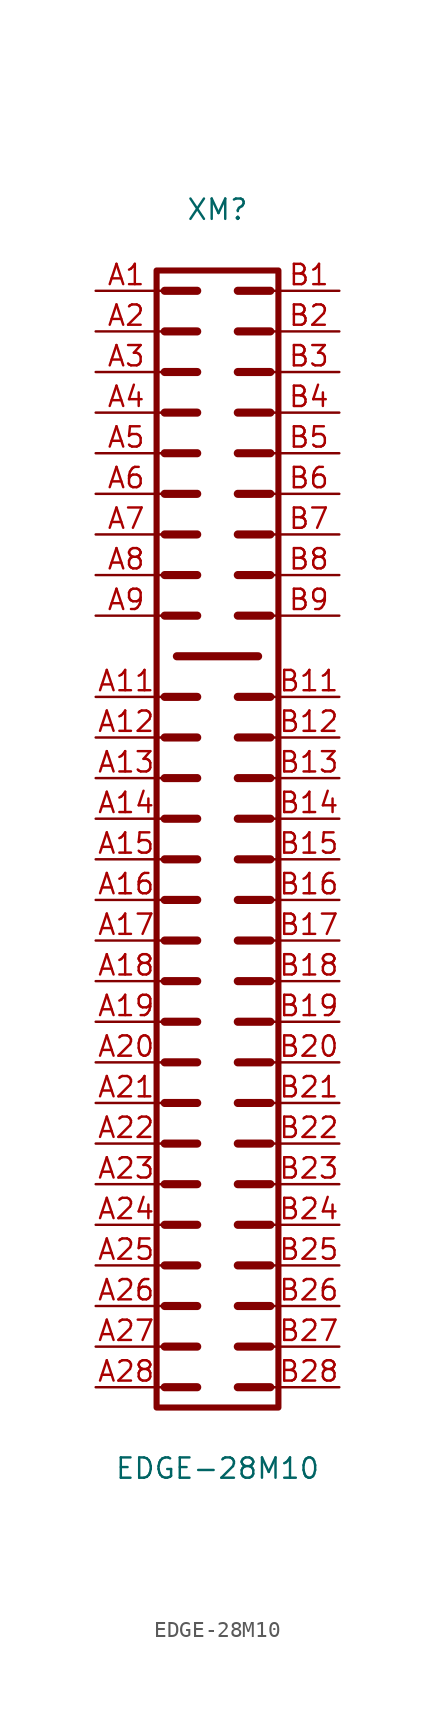
<source format=kicad_sym>
(kicad_symbol_lib
  (version 20231120)
  (generator "kicad_symbol_editor")
  (generator_version "8.0")
  (symbol "EDGE-28M10"
    (pin_names
      (offset 1.016))
    (property "Reference" "XM"
      (at 0 39.37 0)
      (effects (font (size 1.27 1.27))))
    (property "Value" "EDGE-28M10"
      (at 0 -39.37 0)
      (effects (font (size 1.27 1.27))))
    (symbol "EDGE-28M10_0_0"
      (polyline (pts (xy -2.54 11.43) (xy 2.54 11.43)) (stroke (width 0.508) (type default)) (fill (type none))))
    (symbol "EDGE-28M10_0_1"
      (rectangle (start -3.81 35.56) (end 3.81 -35.56) (stroke (width 0.381) (type default)) (fill (type none)))
      (polyline (pts (xy -3.81 -34.29) (xy -3.302 -34.29)) (stroke (width 0) (type default)) (fill (type none)))
      (polyline (pts (xy -3.81 -31.75) (xy -3.302 -31.75)) (stroke (width 0) (type default)) (fill (type none)))
      (polyline (pts (xy -3.81 -29.21) (xy -3.302 -29.21)) (stroke (width 0) (type default)) (fill (type none)))
      (polyline (pts (xy -3.81 -26.67) (xy -3.302 -26.67)) (stroke (width 0) (type default)) (fill (type none)))
      (polyline (pts (xy -3.81 -24.13) (xy -3.302 -24.13)) (stroke (width 0) (type default)) (fill (type none)))
      (polyline (pts (xy -3.81 -21.59) (xy -3.302 -21.59)) (stroke (width 0) (type default)) (fill (type none)))
      (polyline (pts (xy -3.81 -19.05) (xy -3.302 -19.05)) (stroke (width 0) (type default)) (fill (type none)))
      (polyline (pts (xy -3.81 -16.51) (xy -3.302 -16.51)) (stroke (width 0) (type default)) (fill (type none)))
      (polyline (pts (xy -3.81 -13.97) (xy -3.302 -13.97)) (stroke (width 0) (type default)) (fill (type none)))
      (polyline (pts (xy -3.81 -11.43) (xy -3.302 -11.43)) (stroke (width 0) (type default)) (fill (type none)))
      (polyline (pts (xy -3.81 -8.89) (xy -3.302 -8.89)) (stroke (width 0) (type default)) (fill (type none)))
      (polyline (pts (xy -3.81 -6.35) (xy -3.302 -6.35)) (stroke (width 0) (type default)) (fill (type none)))
      (polyline (pts (xy -3.81 -3.81) (xy -3.302 -3.81)) (stroke (width 0) (type default)) (fill (type none)))
      (polyline (pts (xy -3.81 -1.27) (xy -3.302 -1.27)) (stroke (width 0) (type default)) (fill (type none)))
      (polyline (pts (xy -3.81 1.27) (xy -3.302 1.27)) (stroke (width 0) (type default)) (fill (type none)))
      (polyline (pts (xy -3.81 3.81) (xy -3.302 3.81)) (stroke (width 0) (type default)) (fill (type none)))
      (polyline (pts (xy -3.81 6.35) (xy -3.302 6.35)) (stroke (width 0) (type default)) (fill (type none)))
      (polyline (pts (xy -3.81 8.89) (xy -3.302 8.89)) (stroke (width 0) (type default)) (fill (type none)))
      (polyline (pts (xy -3.81 13.97) (xy -3.302 13.97)) (stroke (width 0) (type default)) (fill (type none)))
      (polyline (pts (xy -3.81 16.51) (xy -3.302 16.51)) (stroke (width 0) (type default)) (fill (type none)))
      (polyline (pts (xy -3.81 19.05) (xy -3.302 19.05)) (stroke (width 0) (type default)) (fill (type none)))
      (polyline (pts (xy -3.81 21.59) (xy -3.302 21.59)) (stroke (width 0) (type default)) (fill (type none)))
      (polyline (pts (xy -3.81 24.13) (xy -3.302 24.13)) (stroke (width 0) (type default)) (fill (type none)))
      (polyline (pts (xy -3.81 26.67) (xy -3.302 26.67)) (stroke (width 0) (type default)) (fill (type none)))
      (polyline (pts (xy -3.81 29.21) (xy -3.302 29.21)) (stroke (width 0) (type default)) (fill (type none)))
      (polyline (pts (xy -3.81 31.75) (xy -3.302 31.75)) (stroke (width 0) (type default)) (fill (type none)))
      (polyline (pts (xy -3.81 34.29) (xy -3.302 34.29)) (stroke (width 0) (type default)) (fill (type none)))
      (polyline (pts (xy -3.302 -34.29) (xy -1.27 -34.29)) (stroke (width 0.508) (type default)) (fill (type none)))
      (polyline (pts (xy -3.302 -31.75) (xy -1.27 -31.75)) (stroke (width 0.508) (type default)) (fill (type none)))
      (polyline (pts (xy -3.302 -29.21) (xy -1.27 -29.21)) (stroke (width 0.508) (type default)) (fill (type none)))
      (polyline (pts (xy -3.302 -26.67) (xy -1.27 -26.67)) (stroke (width 0.508) (type default)) (fill (type none)))
      (polyline (pts (xy -3.302 -24.13) (xy -1.27 -24.13)) (stroke (width 0.508) (type default)) (fill (type none)))
      (polyline (pts (xy -3.302 -21.59) (xy -1.27 -21.59)) (stroke (width 0.508) (type default)) (fill (type none)))
      (polyline (pts (xy -3.302 -19.05) (xy -1.27 -19.05)) (stroke (width 0.508) (type default)) (fill (type none)))
      (polyline (pts (xy -3.302 -16.51) (xy -1.27 -16.51)) (stroke (width 0.508) (type default)) (fill (type none)))
      (polyline (pts (xy -3.302 -13.97) (xy -1.27 -13.97)) (stroke (width 0.508) (type default)) (fill (type none)))
      (polyline (pts (xy -3.302 -11.43) (xy -1.27 -11.43)) (stroke (width 0.508) (type default)) (fill (type none)))
      (polyline (pts (xy -3.302 -8.89) (xy -1.27 -8.89)) (stroke (width 0.508) (type default)) (fill (type none)))
      (polyline (pts (xy -3.302 -6.35) (xy -1.27 -6.35)) (stroke (width 0.508) (type default)) (fill (type none)))
      (polyline (pts (xy -3.302 -3.81) (xy -1.27 -3.81)) (stroke (width 0.508) (type default)) (fill (type none)))
      (polyline (pts (xy -3.302 -1.27) (xy -1.27 -1.27)) (stroke (width 0.508) (type default)) (fill (type none)))
      (polyline (pts (xy -3.302 1.27) (xy -1.27 1.27)) (stroke (width 0.508) (type default)) (fill (type none)))
      (polyline (pts (xy -3.302 3.81) (xy -1.27 3.81)) (stroke (width 0.508) (type default)) (fill (type none)))
      (polyline (pts (xy -3.302 6.35) (xy -1.27 6.35)) (stroke (width 0.508) (type default)) (fill (type none)))
      (polyline (pts (xy -3.302 8.89) (xy -1.27 8.89)) (stroke (width 0.508) (type default)) (fill (type none)))
      (polyline (pts (xy -3.302 13.97) (xy -1.27 13.97)) (stroke (width 0.508) (type default)) (fill (type none)))
      (polyline (pts (xy -3.302 16.51) (xy -1.27 16.51)) (stroke (width 0.508) (type default)) (fill (type none)))
      (polyline (pts (xy -3.302 19.05) (xy -1.27 19.05)) (stroke (width 0.508) (type default)) (fill (type none)))
      (polyline (pts (xy -3.302 21.59) (xy -1.27 21.59)) (stroke (width 0.508) (type default)) (fill (type none)))
      (polyline (pts (xy -3.302 24.13) (xy -1.27 24.13)) (stroke (width 0.508) (type default)) (fill (type none)))
      (polyline (pts (xy -3.302 26.67) (xy -1.27 26.67)) (stroke (width 0.508) (type default)) (fill (type none)))
      (polyline (pts (xy -3.302 29.21) (xy -1.27 29.21)) (stroke (width 0.508) (type default)) (fill (type none)))
      (polyline (pts (xy -3.302 31.75) (xy -1.27 31.75)) (stroke (width 0.508) (type default)) (fill (type none)))
      (polyline (pts (xy -3.302 34.29) (xy -1.27 34.29)) (stroke (width 0.508) (type default)) (fill (type none)))
      (polyline (pts (xy 3.302 -34.29) (xy 1.27 -34.29)) (stroke (width 0.508) (type default)) (fill (type none)))
      (polyline (pts (xy 3.302 -31.75) (xy 1.27 -31.75)) (stroke (width 0.508) (type default)) (fill (type none)))
      (polyline (pts (xy 3.302 -29.21) (xy 1.27 -29.21)) (stroke (width 0.508) (type default)) (fill (type none)))
      (polyline (pts (xy 3.302 -26.67) (xy 1.27 -26.67)) (stroke (width 0.508) (type default)) (fill (type none)))
      (polyline (pts (xy 3.302 -24.13) (xy 1.27 -24.13)) (stroke (width 0.508) (type default)) (fill (type none)))
      (polyline (pts (xy 3.302 -21.59) (xy 1.27 -21.59)) (stroke (width 0.508) (type default)) (fill (type none)))
      (polyline (pts (xy 3.302 -19.05) (xy 1.27 -19.05)) (stroke (width 0.508) (type default)) (fill (type none)))
      (polyline (pts (xy 3.302 -16.51) (xy 1.27 -16.51)) (stroke (width 0.508) (type default)) (fill (type none)))
      (polyline (pts (xy 3.302 -13.97) (xy 1.27 -13.97)) (stroke (width 0.508) (type default)) (fill (type none)))
      (polyline (pts (xy 3.302 -11.43) (xy 1.27 -11.43)) (stroke (width 0.508) (type default)) (fill (type none)))
      (polyline (pts (xy 3.302 -8.89) (xy 1.27 -8.89)) (stroke (width 0.508) (type default)) (fill (type none)))
      (polyline (pts (xy 3.302 -6.35) (xy 1.27 -6.35)) (stroke (width 0.508) (type default)) (fill (type none)))
      (polyline (pts (xy 3.302 -3.81) (xy 1.27 -3.81)) (stroke (width 0.508) (type default)) (fill (type none)))
      (polyline (pts (xy 3.302 -1.27) (xy 1.27 -1.27)) (stroke (width 0.508) (type default)) (fill (type none)))
      (polyline (pts (xy 3.302 1.27) (xy 1.27 1.27)) (stroke (width 0.508) (type default)) (fill (type none)))
      (polyline (pts (xy 3.302 3.81) (xy 1.27 3.81)) (stroke (width 0.508) (type default)) (fill (type none)))
      (polyline (pts (xy 3.302 6.35) (xy 1.27 6.35)) (stroke (width 0.508) (type default)) (fill (type none)))
      (polyline (pts (xy 3.302 8.89) (xy 1.27 8.89)) (stroke (width 0.508) (type default)) (fill (type none)))
      (polyline (pts (xy 3.302 13.97) (xy 1.27 13.97)) (stroke (width 0.508) (type default)) (fill (type none)))
      (polyline (pts (xy 3.302 16.51) (xy 1.27 16.51)) (stroke (width 0.508) (type default)) (fill (type none)))
      (polyline (pts (xy 3.302 19.05) (xy 1.27 19.05)) (stroke (width 0.508) (type default)) (fill (type none)))
      (polyline (pts (xy 3.302 21.59) (xy 1.27 21.59)) (stroke (width 0.508) (type default)) (fill (type none)))
      (polyline (pts (xy 3.302 24.13) (xy 1.27 24.13)) (stroke (width 0.508) (type default)) (fill (type none)))
      (polyline (pts (xy 3.302 26.67) (xy 1.27 26.67)) (stroke (width 0.508) (type default)) (fill (type none)))
      (polyline (pts (xy 3.302 29.21) (xy 1.27 29.21)) (stroke (width 0.508) (type default)) (fill (type none)))
      (polyline (pts (xy 3.302 31.75) (xy 1.27 31.75)) (stroke (width 0.508) (type default)) (fill (type none)))
      (polyline (pts (xy 3.302 34.29) (xy 1.27 34.29)) (stroke (width 0.508) (type default)) (fill (type none)))
      (polyline (pts (xy 3.81 -34.29) (xy 3.302 -34.29)) (stroke (width 0) (type default)) (fill (type none)))
      (polyline (pts (xy 3.81 -31.75) (xy 3.302 -31.75)) (stroke (width 0) (type default)) (fill (type none)))
      (polyline (pts (xy 3.81 -29.21) (xy 3.302 -29.21)) (stroke (width 0) (type default)) (fill (type none)))
      (polyline (pts (xy 3.81 -26.67) (xy 3.302 -26.67)) (stroke (width 0) (type default)) (fill (type none)))
      (polyline (pts (xy 3.81 -24.13) (xy 3.302 -24.13)) (stroke (width 0) (type default)) (fill (type none)))
      (polyline (pts (xy 3.81 -21.59) (xy 3.302 -21.59)) (stroke (width 0) (type default)) (fill (type none)))
      (polyline (pts (xy 3.81 -19.05) (xy 3.302 -19.05)) (stroke (width 0) (type default)) (fill (type none)))
      (polyline (pts (xy 3.81 -16.51) (xy 3.302 -16.51)) (stroke (width 0) (type default)) (fill (type none)))
      (polyline (pts (xy 3.81 -13.97) (xy 3.302 -13.97)) (stroke (width 0) (type default)) (fill (type none)))
      (polyline (pts (xy 3.81 -11.43) (xy 3.302 -11.43)) (stroke (width 0) (type default)) (fill (type none)))
      (polyline (pts (xy 3.81 -8.89) (xy 3.302 -8.89)) (stroke (width 0) (type default)) (fill (type none)))
      (polyline (pts (xy 3.81 -6.35) (xy 3.302 -6.35)) (stroke (width 0) (type default)) (fill (type none)))
      (polyline (pts (xy 3.81 -3.81) (xy 3.302 -3.81)) (stroke (width 0) (type default)) (fill (type none)))
      (polyline (pts (xy 3.81 -1.27) (xy 3.302 -1.27)) (stroke (width 0) (type default)) (fill (type none)))
      (polyline (pts (xy 3.81 1.27) (xy 3.302 1.27)) (stroke (width 0) (type default)) (fill (type none)))
      (polyline (pts (xy 3.81 3.81) (xy 3.302 3.81)) (stroke (width 0) (type default)) (fill (type none)))
      (polyline (pts (xy 3.81 6.35) (xy 3.302 6.35)) (stroke (width 0) (type default)) (fill (type none)))
      (polyline (pts (xy 3.81 8.89) (xy 3.302 8.89)) (stroke (width 0) (type default)) (fill (type none)))
      (polyline (pts (xy 3.81 13.97) (xy 3.302 13.97)) (stroke (width 0) (type default)) (fill (type none)))
      (polyline (pts (xy 3.81 16.51) (xy 3.302 16.51)) (stroke (width 0) (type default)) (fill (type none)))
      (polyline (pts (xy 3.81 19.05) (xy 3.302 19.05)) (stroke (width 0) (type default)) (fill (type none)))
      (polyline (pts (xy 3.81 21.59) (xy 3.302 21.59)) (stroke (width 0) (type default)) (fill (type none)))
      (polyline (pts (xy 3.81 24.13) (xy 3.302 24.13)) (stroke (width 0) (type default)) (fill (type none)))
      (polyline (pts (xy 3.81 26.67) (xy 3.302 26.67)) (stroke (width 0) (type default)) (fill (type none)))
      (polyline (pts (xy 3.81 29.21) (xy 3.302 29.21)) (stroke (width 0) (type default)) (fill (type none)))
      (polyline (pts (xy 3.81 31.75) (xy 3.302 31.75)) (stroke (width 0) (type default)) (fill (type none)))
      (polyline (pts (xy 3.81 34.29) (xy 3.302 34.29)) (stroke (width 0) (type default)) (fill (type none))))
    (symbol "EDGE-28M10_1_1"
      (pin passive line (at -7.62 34.29 0) (length 3.81) (name "~" (effects (font (size 1.27 1.27)))) (number "A1" (effects (font (size 1.27 1.27)))))
      (pin passive line (at -7.62 8.89 0) (length 3.81) (name "~" (effects (font (size 1.27 1.27)))) (number "A11" (effects (font (size 1.27 1.27)))))
      (pin passive line (at -7.62 6.35 0) (length 3.81) (name "~" (effects (font (size 1.27 1.27)))) (number "A12" (effects (font (size 1.27 1.27)))))
      (pin passive line (at -7.62 3.81 0) (length 3.81) (name "~" (effects (font (size 1.27 1.27)))) (number "A13" (effects (font (size 1.27 1.27)))))
      (pin passive line (at -7.62 1.27 0) (length 3.81) (name "~" (effects (font (size 1.27 1.27)))) (number "A14" (effects (font (size 1.27 1.27)))))
      (pin passive line (at -7.62 -1.27 0) (length 3.81) (name "~" (effects (font (size 1.27 1.27)))) (number "A15" (effects (font (size 1.27 1.27)))))
      (pin passive line (at -7.62 -3.81 0) (length 3.81) (name "~" (effects (font (size 1.27 1.27)))) (number "A16" (effects (font (size 1.27 1.27)))))
      (pin passive line (at -7.62 -6.35 0) (length 3.81) (name "~" (effects (font (size 1.27 1.27)))) (number "A17" (effects (font (size 1.27 1.27)))))
      (pin passive line (at -7.62 -8.89 0) (length 3.81) (name "~" (effects (font (size 1.27 1.27)))) (number "A18" (effects (font (size 1.27 1.27)))))
      (pin passive line (at -7.62 -11.43 0) (length 3.81) (name "~" (effects (font (size 1.27 1.27)))) (number "A19" (effects (font (size 1.27 1.27)))))
      (pin passive line (at -7.62 31.75 0) (length 3.81) (name "~" (effects (font (size 1.27 1.27)))) (number "A2" (effects (font (size 1.27 1.27)))))
      (pin passive line (at -7.62 -13.97 0) (length 3.81) (name "~" (effects (font (size 1.27 1.27)))) (number "A20" (effects (font (size 1.27 1.27)))))
      (pin passive line (at -7.62 -16.51 0) (length 3.81) (name "~" (effects (font (size 1.27 1.27)))) (number "A21" (effects (font (size 1.27 1.27)))))
      (pin passive line (at -7.62 -19.05 0) (length 3.81) (name "~" (effects (font (size 1.27 1.27)))) (number "A22" (effects (font (size 1.27 1.27)))))
      (pin passive line (at -7.62 -21.59 0) (length 3.81) (name "~" (effects (font (size 1.27 1.27)))) (number "A23" (effects (font (size 1.27 1.27)))))
      (pin passive line (at -7.62 -24.13 0) (length 3.81) (name "~" (effects (font (size 1.27 1.27)))) (number "A24" (effects (font (size 1.27 1.27)))))
      (pin passive line (at -7.62 -26.67 0) (length 3.81) (name "~" (effects (font (size 1.27 1.27)))) (number "A25" (effects (font (size 1.27 1.27)))))
      (pin passive line (at -7.62 -29.21 0) (length 3.81) (name "~" (effects (font (size 1.27 1.27)))) (number "A26" (effects (font (size 1.27 1.27)))))
      (pin passive line (at -7.62 -31.75 0) (length 3.81) (name "~" (effects (font (size 1.27 1.27)))) (number "A27" (effects (font (size 1.27 1.27)))))
      (pin passive line (at -7.62 -34.29 0) (length 3.81) (name "~" (effects (font (size 1.27 1.27)))) (number "A28" (effects (font (size 1.27 1.27)))))
      (pin passive line (at -7.62 29.21 0) (length 3.81) (name "~" (effects (font (size 1.27 1.27)))) (number "A3" (effects (font (size 1.27 1.27)))))
      (pin passive line (at -7.62 26.67 0) (length 3.81) (name "~" (effects (font (size 1.27 1.27)))) (number "A4" (effects (font (size 1.27 1.27)))))
      (pin passive line (at -7.62 24.13 0) (length 3.81) (name "~" (effects (font (size 1.27 1.27)))) (number "A5" (effects (font (size 1.27 1.27)))))
      (pin passive line (at -7.62 21.59 0) (length 3.81) (name "~" (effects (font (size 1.27 1.27)))) (number "A6" (effects (font (size 1.27 1.27)))))
      (pin passive line (at -7.62 19.05 0) (length 3.81) (name "~" (effects (font (size 1.27 1.27)))) (number "A7" (effects (font (size 1.27 1.27)))))
      (pin passive line (at -7.62 16.51 0) (length 3.81) (name "~" (effects (font (size 1.27 1.27)))) (number "A8" (effects (font (size 1.27 1.27)))))
      (pin passive line (at -7.62 13.97 0) (length 3.81) (name "~" (effects (font (size 1.27 1.27)))) (number "A9" (effects (font (size 1.27 1.27)))))
      (pin passive line (at 7.62 34.29 180) (length 3.81) (name "~" (effects (font (size 1.27 1.27)))) (number "B1" (effects (font (size 1.27 1.27)))))
      (pin passive line (at 7.62 8.89 180) (length 3.81) (name "~" (effects (font (size 1.27 1.27)))) (number "B11" (effects (font (size 1.27 1.27)))))
      (pin passive line (at 7.62 6.35 180) (length 3.81) (name "~" (effects (font (size 1.27 1.27)))) (number "B12" (effects (font (size 1.27 1.27)))))
      (pin passive line (at 7.62 3.81 180) (length 3.81) (name "~" (effects (font (size 1.27 1.27)))) (number "B13" (effects (font (size 1.27 1.27)))))
      (pin passive line (at 7.62 1.27 180) (length 3.81) (name "~" (effects (font (size 1.27 1.27)))) (number "B14" (effects (font (size 1.27 1.27)))))
      (pin passive line (at 7.62 -1.27 180) (length 3.81) (name "~" (effects (font (size 1.27 1.27)))) (number "B15" (effects (font (size 1.27 1.27)))))
      (pin passive line (at 7.62 -3.81 180) (length 3.81) (name "~" (effects (font (size 1.27 1.27)))) (number "B16" (effects (font (size 1.27 1.27)))))
      (pin passive line (at 7.62 -6.35 180) (length 3.81) (name "~" (effects (font (size 1.27 1.27)))) (number "B17" (effects (font (size 1.27 1.27)))))
      (pin passive line (at 7.62 -8.89 180) (length 3.81) (name "~" (effects (font (size 1.27 1.27)))) (number "B18" (effects (font (size 1.27 1.27)))))
      (pin passive line (at 7.62 -11.43 180) (length 3.81) (name "~" (effects (font (size 1.27 1.27)))) (number "B19" (effects (font (size 1.27 1.27)))))
      (pin passive line (at 7.62 31.75 180) (length 3.81) (name "~" (effects (font (size 1.27 1.27)))) (number "B2" (effects (font (size 1.27 1.27)))))
      (pin passive line (at 7.62 -13.97 180) (length 3.81) (name "~" (effects (font (size 1.27 1.27)))) (number "B20" (effects (font (size 1.27 1.27)))))
      (pin passive line (at 7.62 -16.51 180) (length 3.81) (name "~" (effects (font (size 1.27 1.27)))) (number "B21" (effects (font (size 1.27 1.27)))))
      (pin passive line (at 7.62 -19.05 180) (length 3.81) (name "~" (effects (font (size 1.27 1.27)))) (number "B22" (effects (font (size 1.27 1.27)))))
      (pin passive line (at 7.62 -21.59 180) (length 3.81) (name "~" (effects (font (size 1.27 1.27)))) (number "B23" (effects (font (size 1.27 1.27)))))
      (pin passive line (at 7.62 -24.13 180) (length 3.81) (name "~" (effects (font (size 1.27 1.27)))) (number "B24" (effects (font (size 1.27 1.27)))))
      (pin passive line (at 7.62 -26.67 180) (length 3.81) (name "~" (effects (font (size 1.27 1.27)))) (number "B25" (effects (font (size 1.27 1.27)))))
      (pin passive line (at 7.62 -29.21 180) (length 3.81) (name "~" (effects (font (size 1.27 1.27)))) (number "B26" (effects (font (size 1.27 1.27)))))
      (pin passive line (at 7.62 -31.75 180) (length 3.81) (name "~" (effects (font (size 1.27 1.27)))) (number "B27" (effects (font (size 1.27 1.27)))))
      (pin passive line (at 7.62 -34.29 180) (length 3.81) (name "~" (effects (font (size 1.27 1.27)))) (number "B28" (effects (font (size 1.27 1.27)))))
      (pin passive line (at 7.62 29.21 180) (length 3.81) (name "~" (effects (font (size 1.27 1.27)))) (number "B3" (effects (font (size 1.27 1.27)))))
      (pin passive line (at 7.62 26.67 180) (length 3.81) (name "~" (effects (font (size 1.27 1.27)))) (number "B4" (effects (font (size 1.27 1.27)))))
      (pin passive line (at 7.62 24.13 180) (length 3.81) (name "~" (effects (font (size 1.27 1.27)))) (number "B5" (effects (font (size 1.27 1.27)))))
      (pin passive line (at 7.62 21.59 180) (length 3.81) (name "~" (effects (font (size 1.27 1.27)))) (number "B6" (effects (font (size 1.27 1.27)))))
      (pin passive line (at 7.62 19.05 180) (length 3.81) (name "~" (effects (font (size 1.27 1.27)))) (number "B7" (effects (font (size 1.27 1.27)))))
      (pin passive line (at 7.62 16.51 180) (length 3.81) (name "~" (effects (font (size 1.27 1.27)))) (number "B8" (effects (font (size 1.27 1.27)))))
      (pin passive line (at 7.62 13.97 180) (length 3.81) (name "~" (effects (font (size 1.27 1.27)))) (number "B9" (effects (font (size 1.27 1.27))))))))
</source>
